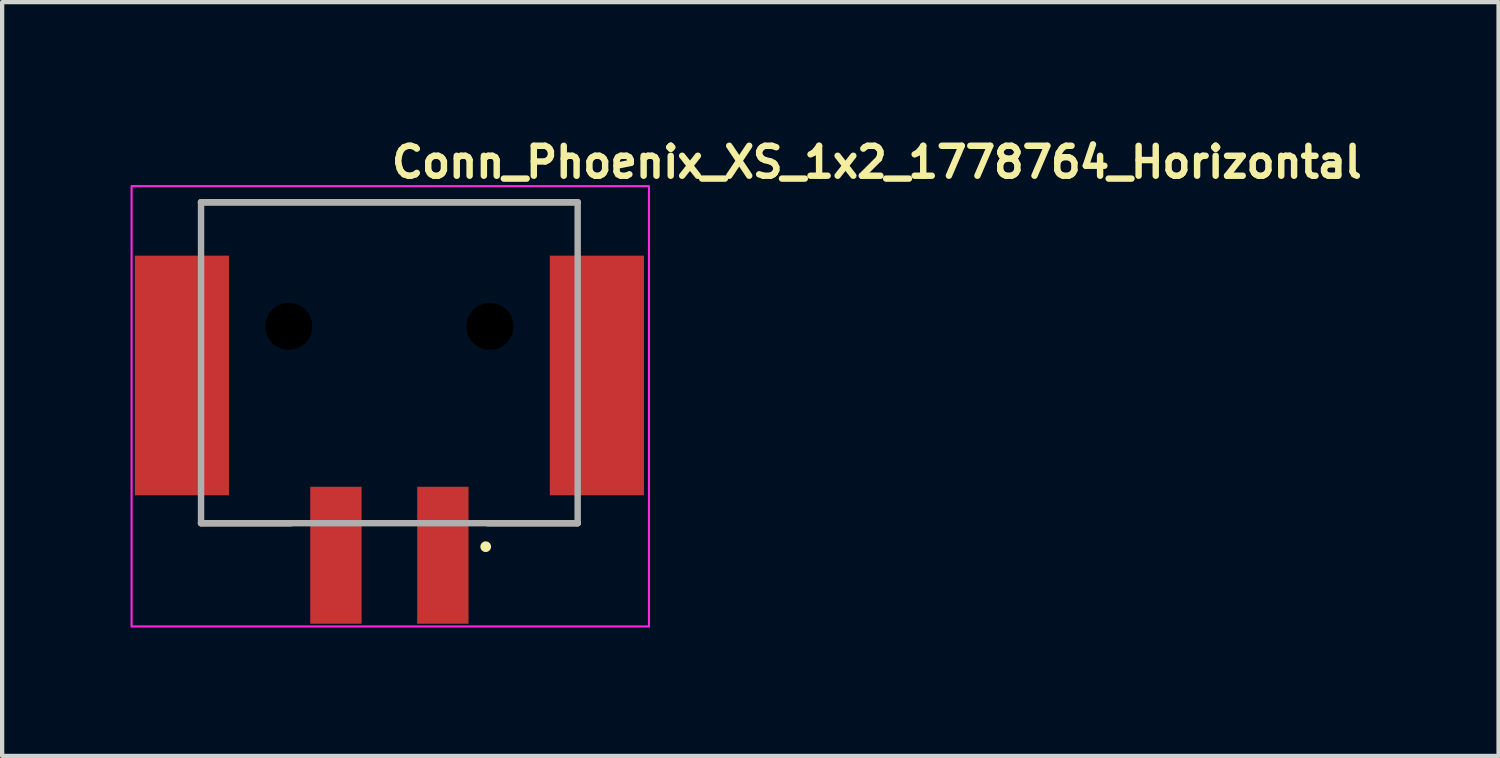
<source format=kicad_pcb>
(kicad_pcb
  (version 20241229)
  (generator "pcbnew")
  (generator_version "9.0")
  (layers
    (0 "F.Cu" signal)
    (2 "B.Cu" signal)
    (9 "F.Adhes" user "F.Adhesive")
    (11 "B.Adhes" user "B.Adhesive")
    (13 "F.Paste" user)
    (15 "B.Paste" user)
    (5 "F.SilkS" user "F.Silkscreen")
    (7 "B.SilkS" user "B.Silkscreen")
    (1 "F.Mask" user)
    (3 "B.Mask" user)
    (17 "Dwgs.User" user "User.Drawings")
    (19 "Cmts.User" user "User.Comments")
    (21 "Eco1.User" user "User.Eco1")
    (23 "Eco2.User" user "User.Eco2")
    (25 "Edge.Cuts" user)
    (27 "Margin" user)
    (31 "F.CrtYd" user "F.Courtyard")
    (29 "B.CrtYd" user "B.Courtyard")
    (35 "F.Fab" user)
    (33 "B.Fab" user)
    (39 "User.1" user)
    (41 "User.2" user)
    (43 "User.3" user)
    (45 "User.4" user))
  (footprint "Conn_Phoenix_XS_1x2_1778764_Horizontal"
    (layer "F.Cu")
    (at 6.025 6.45)
    (property "Reference" "Conn_Phoenix_XS_1x2_1778764_Horizontal" (at 0 -5.3 0) (unlocked yes) (layer "F.SilkS") (effects (font (size 0.7 0.7) (thickness 0.15)) (justify left bottom)))
    (attr smd)
    (fp_line (start -4.377 -4.773) (end 4.424 -4.773) (stroke (width 0.15) (type solid)) (layer "F.SilkS"))
    (fp_line (start -4.377 2.726) (end -2.276 2.726) (stroke (width 0.15) (type solid)) (layer "F.SilkS"))
    (fp_line (start 4.424 2.726) (end 2.323 2.726) (stroke (width 0.15) (type solid)) (layer "F.SilkS"))
    (fp_circle (center 2.275 3.275) (end 2.325 3.275) (stroke (width 0.15) (type solid)) (fill yes) (layer "F.SilkS"))
    (fp_rect (start -6 -5.15) (end 6.09 5.14) (stroke (width 0.05) (type solid)) (fill no) (layer "F.CrtYd"))
    (fp_line (start -4.377 -4.773) (end 4.424 -4.773) (stroke (width 0.15) (type solid)) (layer "F.Fab"))
    (fp_line (start -4.377 2.726) (end -4.377 -4.773) (stroke (width 0.15) (type solid)) (layer "F.Fab"))
    (fp_line (start 4.424 -4.773) (end 4.424 2.726) (stroke (width 0.15) (type solid)) (layer "F.Fab"))
    (fp_line (start 4.424 2.726) (end -4.377 2.726) (stroke (width 0.15) (type solid)) (layer "F.Fab"))
    (fp_rect (start 5.3 4.75) (end -5.299 -4.749) (stroke (width 0.1) (type solid)) (fill no) (layer "User.5"))
    (fp_line (start -5.299 -3.249) (end -5.299 -1.649) (stroke (width 0.02) (type solid)) (layer "User.9"))
    (fp_line (start -5.299 -1.649) (end -4.699 -1.649) (stroke (width 0.02) (type solid)) (layer "User.9"))
    (fp_line (start -5.299 0.15) (end -5.299 1.751) (stroke (width 0.02) (type solid)) (layer "User.9"))
    (fp_line (start -5.299 1.751) (end -4.098 1.751) (stroke (width 0.02) (type solid)) (layer "User.9"))
    (fp_line (start -4.699 -1.649) (end -4.699 0.15) (stroke (width 0.02) (type solid)) (layer "User.9"))
    (fp_line (start -4.699 0.15) (end -5.299 0.15) (stroke (width 0.02) (type solid)) (layer "User.9"))
    (fp_line (start -4.399 -2.891) (end -4.399 -2.949) (stroke (width 0.02) (type solid)) (layer "User.9"))
    (fp_line (start -4.399 -2.708) (end -4.399 -2.891) (stroke (width 0.02) (type solid)) (layer "User.9"))
    (fp_line (start -4.399 -2.649) (end -4.399 -2.708) (stroke (width 0.02) (type solid)) (layer "User.9"))
    (fp_line (start -4.399 -2.449) (end -4.399 -2.649) (stroke (width 0.02) (type solid)) (layer "User.9"))
    (fp_line (start -4.399 -1.349) (end -4.399 -2.449) (stroke (width 0.02) (type solid)) (layer "User.9"))
    (fp_line (start -4.399 0.95) (end -4.399 -0.149) (stroke (width 0.02) (type solid)) (layer "User.9"))
    (fp_line (start -4.399 1.15) (end -4.399 0.95) (stroke (width 0.02) (type solid)) (layer "User.9"))
    (fp_line (start -4.399 1.15) (end -3.348 1.15) (stroke (width 0.02) (type solid)) (layer "User.9"))
    (fp_line (start -4.399 1.208) (end -4.399 1.15) (stroke (width 0.02) (type solid)) (layer "User.9"))
    (fp_line (start -4.399 1.392) (end -4.399 1.208) (stroke (width 0.02) (type solid)) (layer "User.9"))
    (fp_line (start -4.399 1.45) (end -4.399 1.392) (stroke (width 0.02) (type solid)) (layer "User.9"))
    (fp_line (start -4.098 -3.249) (end -5.299 -3.249) (stroke (width 0.02) (type solid)) (layer "User.9"))
    (fp_line (start -4.098 -2.949) (end -4.098 -3.249) (stroke (width 0.02) (type solid)) (layer "User.9"))
    (fp_line (start -4.098 1.751) (end -4.098 1.45) (stroke (width 0.02) (type solid)) (layer "User.9"))
    (fp_line (start -3.899 -1.349) (end -4.399 -1.349) (stroke (width 0.02) (type solid)) (layer "User.9"))
    (fp_line (start -3.899 -0.149) (end -4.399 -0.149) (stroke (width 0.02) (type solid)) (layer "User.9"))
    (fp_line (start -3.899 -0.149) (end -3.899 -1.349) (stroke (width 0.02) (type solid)) (layer "User.9"))
    (fp_line (start -3.899 -0.149) (end -3.899 -1.349) (stroke (width 0.02) (type solid)) (layer "User.9"))
    (fp_line (start -3.348 -4.749) (end -3.348 -2.449) (stroke (width 0.02) (type solid)) (layer "User.9"))
    (fp_line (start -3.348 -2.949) (end -4.399 -2.949) (stroke (width 0.02) (type solid)) (layer "User.9"))
    (fp_line (start -3.348 -2.649) (end -4.399 -2.649) (stroke (width 0.02) (type solid)) (layer "User.9"))
    (fp_line (start -3.348 0.95) (end -3.348 -2.449) (stroke (width 0.02) (type solid)) (layer "User.9"))
    (fp_line (start -3.348 0.95) (end -3.348 2.75) (stroke (width 0.02) (type solid)) (layer "User.9"))
    (fp_line (start -3.348 1.15) (end -4.399 1.15) (stroke (width 0.02) (type solid)) (layer "User.9"))
    (fp_line (start -3.348 1.45) (end -4.399 1.45) (stroke (width 0.02) (type solid)) (layer "User.9"))
    (fp_line (start -2.349 -4.749) (end -3.348 -4.749) (stroke (width 0.02) (type solid)) (layer "User.9"))
    (fp_line (start -2.349 -4.749) (end -2.349 2.75) (stroke (width 0.02) (type solid)) (layer "User.9"))
    (fp_line (start -2.349 -4.749) (end -1.248 -4.749) (stroke (width 0.02) (type solid)) (layer "User.9"))
    (fp_line (start -2.349 2.75) (end -3.348 2.75) (stroke (width 0.02) (type solid)) (layer "User.9"))
    (fp_line (start -2.349 2.75) (end -2.149 2.75) (stroke (width 0.02) (type solid)) (layer "User.9"))
    (fp_line (start -1.948 2.551) (end -1.948 2.75) (stroke (width 0.02) (type solid)) (layer "User.9"))
    (fp_line (start -1.948 2.75) (end -2.149 2.75) (stroke (width 0.02) (type solid)) (layer "User.9"))
    (fp_line (start -1.649 2.251) (end -2.149 2.75) (stroke (width 0.02) (type solid)) (layer "User.9"))
    (fp_line (start -1.549 2.251) (end -1.549 2.603) (stroke (width 0.02) (type solid)) (layer "User.9"))
    (fp_line (start -1.549 2.75) (end -1.549 2.603) (stroke (width 0.02) (type solid)) (layer "User.9"))
    (fp_line (start -1.549 2.75) (end -1.549 2.951) (stroke (width 0.02) (type solid)) (layer "User.9"))
    (fp_line (start -1.549 4.25) (end -1.549 2.951) (stroke (width 0.02) (type solid)) (layer "User.9"))
    (fp_line (start -1.449 4.75) (end -1.549 4.25) (stroke (width 0.02) (type solid)) (layer "User.9"))
    (fp_line (start -1.248 -4.749) (end -1.248 -4.399) (stroke (width 0.02) (type solid)) (layer "User.9"))
    (fp_line (start -1.049 4.75) (end -1.449 4.75) (stroke (width 0.02) (type solid)) (layer "User.9"))
    (fp_line (start -1.049 4.75) (end -0.949 4.25) (stroke (width 0.02) (type solid)) (layer "User.9"))
    (fp_line (start -0.949 2.251) (end -0.949 2.603) (stroke (width 0.02) (type solid)) (layer "User.9"))
    (fp_line (start -0.949 2.75) (end -1.549 2.75) (stroke (width 0.02) (type solid)) (layer "User.9"))
    (fp_line (start -0.949 2.75) (end -0.949 2.603) (stroke (width 0.02) (type solid)) (layer "User.9"))
    (fp_line (start -0.949 2.75) (end -0.949 2.951) (stroke (width 0.02) (type solid)) (layer "User.9"))
    (fp_line (start -0.949 2.951) (end -0.949 4.25) (stroke (width 0.02) (type solid)) (layer "User.9"))
    (fp_line (start -0.949 4.25) (end -1.549 4.25) (stroke (width 0.02) (type solid)) (layer "User.9"))
    (fp_line (start -0.849 2.251) (end -1.649 2.251) (stroke (width 0.02) (type solid)) (layer "User.9"))
    (fp_line (start -0.849 2.251) (end -1.649 2.251) (stroke (width 0.02) (type solid)) (layer "User.9"))
    (fp_line (start -0.549 2.75) (end -0.549 2.551) (stroke (width 0.02) (type solid)) (layer "User.9"))
    (fp_line (start -0.349 2.75) (end -0.849 2.251) (stroke (width 0.02) (type solid)) (layer "User.9"))
    (fp_line (start -0.349 2.75) (end -0.549 2.75) (stroke (width 0.02) (type solid)) (layer "User.9"))
    (fp_line (start -0.349 2.75) (end 0.35 2.75) (stroke (width 0.02) (type solid)) (layer "User.9"))
    (fp_line (start 0.551 2.551) (end 0.551 2.75) (stroke (width 0.02) (type solid)) (layer "User.9"))
    (fp_line (start 0.551 2.75) (end 0.35 2.75) (stroke (width 0.02) (type solid)) (layer "User.9"))
    (fp_line (start 0.85 2.251) (end 0.35 2.75) (stroke (width 0.02) (type solid)) (layer "User.9"))
    (fp_line (start 0.95 2.251) (end 0.95 2.603) (stroke (width 0.02) (type solid)) (layer "User.9"))
    (fp_line (start 0.95 2.75) (end 0.95 2.603) (stroke (width 0.02) (type solid)) (layer "User.9"))
    (fp_line (start 0.95 2.75) (end 0.95 2.951) (stroke (width 0.02) (type solid)) (layer "User.9"))
    (fp_line (start 0.95 4.25) (end 0.95 2.951) (stroke (width 0.02) (type solid)) (layer "User.9"))
    (fp_line (start 1.051 4.75) (end 0.95 4.25) (stroke (width 0.02) (type solid)) (layer "User.9"))
    (fp_line (start 1.25 -4.749) (end 2.351 -4.749) (stroke (width 0.02) (type solid)) (layer "User.9"))
    (fp_line (start 1.25 -4.399) (end -1.248 -4.399) (stroke (width 0.02) (type solid)) (layer "User.9"))
    (fp_line (start 1.25 -4.399) (end -1.248 -4.399) (stroke (width 0.02) (type solid)) (layer "User.9"))
    (fp_line (start 1.25 -4.399) (end 1.25 -4.749) (stroke (width 0.02) (type solid)) (layer "User.9"))
    (fp_line (start 1.451 4.75) (end 1.051 4.75) (stroke (width 0.02) (type solid)) (layer "User.9"))
    (fp_line (start 1.451 4.75) (end 1.551 4.25) (stroke (width 0.02) (type solid)) (layer "User.9"))
    (fp_line (start 1.551 2.251) (end 1.551 2.603) (stroke (width 0.02) (type solid)) (layer "User.9"))
    (fp_line (start 1.551 2.75) (end 0.95 2.75) (stroke (width 0.02) (type solid)) (layer "User.9"))
    (fp_line (start 1.551 2.75) (end 0.95 2.75) (stroke (width 0.02) (type solid)) (layer "User.9"))
    (fp_line (start 1.551 2.75) (end 1.551 2.603) (stroke (width 0.02) (type solid)) (layer "User.9"))
    (fp_line (start 1.551 2.75) (end 1.551 2.951) (stroke (width 0.02) (type solid)) (layer "User.9"))
    (fp_line (start 1.551 2.951) (end 1.551 4.25) (stroke (width 0.02) (type solid)) (layer "User.9"))
    (fp_line (start 1.551 4.25) (end 0.95 4.25) (stroke (width 0.02) (type solid)) (layer "User.9"))
    (fp_line (start 1.651 2.251) (end 0.85 2.251) (stroke (width 0.02) (type solid)) (layer "User.9"))
    (fp_line (start 1.651 2.251) (end 0.85 2.251) (stroke (width 0.02) (type solid)) (layer "User.9"))
    (fp_line (start 1.951 2.75) (end 1.951 2.551) (stroke (width 0.02) (type solid)) (layer "User.9"))
    (fp_line (start 2.151 2.75) (end 1.651 2.251) (stroke (width 0.02) (type solid)) (layer "User.9"))
    (fp_line (start 2.151 2.75) (end 1.951 2.75) (stroke (width 0.02) (type solid)) (layer "User.9"))
    (fp_line (start 2.151 2.75) (end 2.351 2.75) (stroke (width 0.02) (type solid)) (layer "User.9"))
    (fp_line (start 2.351 -4.749) (end 2.351 2.75) (stroke (width 0.02) (type solid)) (layer "User.9"))
    (fp_line (start 3.351 -4.749) (end 2.351 -4.749) (stroke (width 0.02) (type solid)) (layer "User.9"))
    (fp_line (start 3.351 -2.949) (end 4.401 -2.949) (stroke (width 0.02) (type solid)) (layer "User.9"))
    (fp_line (start 3.351 -2.649) (end 4.401 -2.649) (stroke (width 0.02) (type solid)) (layer "User.9"))
    (fp_line (start 3.351 -2.449) (end 3.351 -4.749) (stroke (width 0.02) (type solid)) (layer "User.9"))
    (fp_line (start 3.351 -2.449) (end 3.351 0.95) (stroke (width 0.02) (type solid)) (layer "User.9"))
    (fp_line (start 3.351 1.15) (end 4.401 1.15) (stroke (width 0.02) (type solid)) (layer "User.9"))
    (fp_line (start 3.351 1.45) (end 4.401 1.45) (stroke (width 0.02) (type solid)) (layer "User.9"))
    (fp_line (start 3.351 2.75) (end 2.351 2.75) (stroke (width 0.02) (type solid)) (layer "User.9"))
    (fp_line (start 3.351 2.75) (end 3.351 0.95) (stroke (width 0.02) (type solid)) (layer "User.9"))
    (fp_line (start 3.901 -1.349) (end 3.901 -0.149) (stroke (width 0.02) (type solid)) (layer "User.9"))
    (fp_line (start 3.901 -1.349) (end 3.901 -0.149) (stroke (width 0.02) (type solid)) (layer "User.9"))
    (fp_line (start 3.901 -1.349) (end 4.401 -1.349) (stroke (width 0.02) (type solid)) (layer "User.9"))
    (fp_line (start 3.901 -0.149) (end 4.401 -0.149) (stroke (width 0.02) (type solid)) (layer "User.9"))
    (fp_line (start 4.101 -3.249) (end 4.101 -2.949) (stroke (width 0.02) (type solid)) (layer "User.9"))
    (fp_line (start 4.101 1.45) (end 4.101 1.751) (stroke (width 0.02) (type solid)) (layer "User.9"))
    (fp_line (start 4.101 1.751) (end 5.3 1.751) (stroke (width 0.02) (type solid)) (layer "User.9"))
    (fp_line (start 4.401 -2.949) (end 4.401 -2.891) (stroke (width 0.02) (type solid)) (layer "User.9"))
    (fp_line (start 4.401 -2.891) (end 4.401 -2.708) (stroke (width 0.02) (type solid)) (layer "User.9"))
    (fp_line (start 4.401 -2.708) (end 4.401 -2.649) (stroke (width 0.02) (type solid)) (layer "User.9"))
    (fp_line (start 4.401 -2.649) (end 4.401 -2.449) (stroke (width 0.02) (type solid)) (layer "User.9"))
    (fp_line (start 4.401 -2.449) (end 4.401 -1.349) (stroke (width 0.02) (type solid)) (layer "User.9"))
    (fp_line (start 4.401 -0.149) (end 4.401 0.95) (stroke (width 0.02) (type solid)) (layer "User.9"))
    (fp_line (start 4.401 0.95) (end 4.401 1.15) (stroke (width 0.02) (type solid)) (layer "User.9"))
    (fp_line (start 4.401 1.15) (end 4.401 1.208) (stroke (width 0.02) (type solid)) (layer "User.9"))
    (fp_line (start 4.401 1.208) (end 4.401 1.392) (stroke (width 0.02) (type solid)) (layer "User.9"))
    (fp_line (start 4.401 1.392) (end 4.401 1.45) (stroke (width 0.02) (type solid)) (layer "User.9"))
    (fp_line (start 4.7 -1.649) (end 5.3 -1.649) (stroke (width 0.02) (type solid)) (layer "User.9"))
    (fp_line (start 4.7 0.15) (end 4.7 -1.649) (stroke (width 0.02) (type solid)) (layer "User.9"))
    (fp_line (start 5.3 -3.249) (end 4.101 -3.249) (stroke (width 0.02) (type solid)) (layer "User.9"))
    (fp_line (start 5.3 -1.649) (end 5.3 -3.249) (stroke (width 0.02) (type solid)) (layer "User.9"))
    (fp_line (start 5.3 0.15) (end 4.7 0.15) (stroke (width 0.02) (type solid)) (layer "User.9"))
    (fp_line (start 5.3 1.751) (end 5.3 0.15) (stroke (width 0.02) (type solid)) (layer "User.9"))
    (pad "" np_thru_hole circle (at -2.327 -1.874 180) (size 1.1 1.1) (drill 1.1) (layers "*.Mask"))
    (pad "" np_thru_hole circle (at 2.374 -1.874 180) (size 1.1 1.1) (drill 1.1) (layers "*.Mask"))
    (pad "1" smd rect (at 1.274 3.475 180) (size 1.2 3.2) (layers "F.Cu" "F.Mask" "F.Paste"))
    (pad "2" smd rect (at -1.225 3.475 180) (size 1.2 3.2) (layers "F.Cu" "F.Mask" "F.Paste"))
    (pad "MP" smd rect (at -4.825 -0.726 180) (size 2.2 5.6) (layers "F.Cu" "F.Mask" "F.Paste"))
    (pad "MP" smd rect (at 4.873 -0.726 180) (size 2.2 5.6) (layers "F.Cu" "F.Mask" "F.Paste")))
  (gr_rect
    (start -3 -3)
    (end 31.968 14.615)
    (stroke (width 0.1) (type default))
    (fill no)
    (layer "Edge.Cuts")))
</source>
